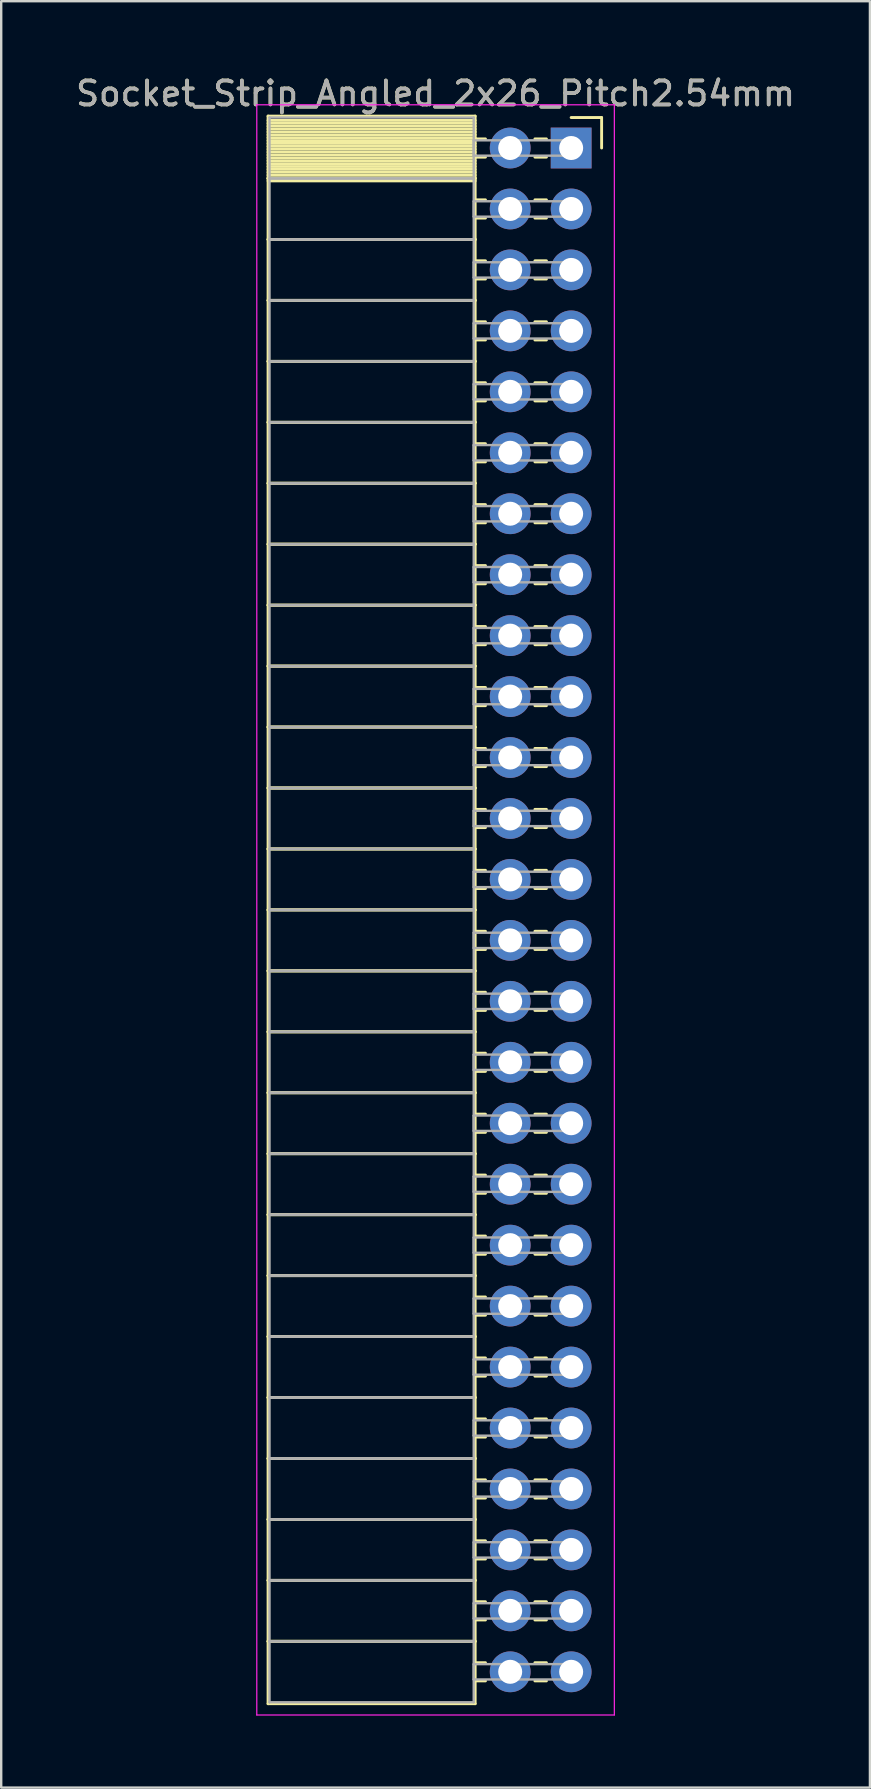
<source format=kicad_pcb>
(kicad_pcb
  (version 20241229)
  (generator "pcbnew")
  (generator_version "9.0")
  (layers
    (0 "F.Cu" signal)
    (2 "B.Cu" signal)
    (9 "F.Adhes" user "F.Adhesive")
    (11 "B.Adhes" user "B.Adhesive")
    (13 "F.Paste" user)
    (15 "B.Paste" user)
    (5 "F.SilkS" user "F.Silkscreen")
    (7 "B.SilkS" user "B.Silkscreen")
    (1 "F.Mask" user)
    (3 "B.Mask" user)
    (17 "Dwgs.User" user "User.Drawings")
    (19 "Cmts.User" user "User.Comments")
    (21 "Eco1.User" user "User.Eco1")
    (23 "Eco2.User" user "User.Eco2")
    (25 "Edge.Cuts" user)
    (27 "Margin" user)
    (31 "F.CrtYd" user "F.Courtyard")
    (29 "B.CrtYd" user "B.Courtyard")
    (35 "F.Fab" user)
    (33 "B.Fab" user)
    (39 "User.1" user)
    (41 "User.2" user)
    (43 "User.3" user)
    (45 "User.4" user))
  (footprint "Socket_Strip_Angled_2x26_Pitch2.54mm"
    (layer "F.Cu")
    (at 20.751 3.118)
    (property "Reference" "Socket_Strip_Angled_2x26_Pitch2.54mm" (at -5.65 -2.27 0) (layer "F.SilkS") (effects (font (size 1 1) (thickness 0.15))))
    (attr through_hole)
    (fp_line (start -12.63 -1.33) (end -4 -1.33) (stroke (width 0.12) (type solid)) (layer "F.SilkS"))
    (fp_line (start -12.63 1.27) (end -12.63 -1.33) (stroke (width 0.12) (type solid)) (layer "F.SilkS"))
    (fp_line (start -12.63 1.27) (end -4 1.27) (stroke (width 0.12) (type solid)) (layer "F.SilkS"))
    (fp_line (start -12.63 3.81) (end -12.63 1.27) (stroke (width 0.12) (type solid)) (layer "F.SilkS"))
    (fp_line (start -12.63 3.81) (end -4 3.81) (stroke (width 0.12) (type solid)) (layer "F.SilkS"))
    (fp_line (start -12.63 6.35) (end -12.63 3.81) (stroke (width 0.12) (type solid)) (layer "F.SilkS"))
    (fp_line (start -12.63 6.35) (end -4 6.35) (stroke (width 0.12) (type solid)) (layer "F.SilkS"))
    (fp_line (start -12.63 8.89) (end -12.63 6.35) (stroke (width 0.12) (type solid)) (layer "F.SilkS"))
    (fp_line (start -12.63 8.89) (end -4 8.89) (stroke (width 0.12) (type solid)) (layer "F.SilkS"))
    (fp_line (start -12.63 11.43) (end -12.63 8.89) (stroke (width 0.12) (type solid)) (layer "F.SilkS"))
    (fp_line (start -12.63 11.43) (end -4 11.43) (stroke (width 0.12) (type solid)) (layer "F.SilkS"))
    (fp_line (start -12.63 13.97) (end -12.63 11.43) (stroke (width 0.12) (type solid)) (layer "F.SilkS"))
    (fp_line (start -12.63 13.97) (end -4 13.97) (stroke (width 0.12) (type solid)) (layer "F.SilkS"))
    (fp_line (start -12.63 16.51) (end -12.63 13.97) (stroke (width 0.12) (type solid)) (layer "F.SilkS"))
    (fp_line (start -12.63 16.51) (end -4 16.51) (stroke (width 0.12) (type solid)) (layer "F.SilkS"))
    (fp_line (start -12.63 19.05) (end -12.63 16.51) (stroke (width 0.12) (type solid)) (layer "F.SilkS"))
    (fp_line (start -12.63 19.05) (end -4 19.05) (stroke (width 0.12) (type solid)) (layer "F.SilkS"))
    (fp_line (start -12.63 21.59) (end -12.63 19.05) (stroke (width 0.12) (type solid)) (layer "F.SilkS"))
    (fp_line (start -12.63 21.59) (end -4 21.59) (stroke (width 0.12) (type solid)) (layer "F.SilkS"))
    (fp_line (start -12.63 24.13) (end -12.63 21.59) (stroke (width 0.12) (type solid)) (layer "F.SilkS"))
    (fp_line (start -12.63 24.13) (end -4 24.13) (stroke (width 0.12) (type solid)) (layer "F.SilkS"))
    (fp_line (start -12.63 26.67) (end -12.63 24.13) (stroke (width 0.12) (type solid)) (layer "F.SilkS"))
    (fp_line (start -12.63 26.67) (end -4 26.67) (stroke (width 0.12) (type solid)) (layer "F.SilkS"))
    (fp_line (start -12.63 29.21) (end -12.63 26.67) (stroke (width 0.12) (type solid)) (layer "F.SilkS"))
    (fp_line (start -12.63 29.21) (end -4 29.21) (stroke (width 0.12) (type solid)) (layer "F.SilkS"))
    (fp_line (start -12.63 31.75) (end -12.63 29.21) (stroke (width 0.12) (type solid)) (layer "F.SilkS"))
    (fp_line (start -12.63 31.75) (end -4 31.75) (stroke (width 0.12) (type solid)) (layer "F.SilkS"))
    (fp_line (start -12.63 34.29) (end -12.63 31.75) (stroke (width 0.12) (type solid)) (layer "F.SilkS"))
    (fp_line (start -12.63 34.29) (end -4 34.29) (stroke (width 0.12) (type solid)) (layer "F.SilkS"))
    (fp_line (start -12.63 36.83) (end -12.63 34.29) (stroke (width 0.12) (type solid)) (layer "F.SilkS"))
    (fp_line (start -12.63 36.83) (end -4 36.83) (stroke (width 0.12) (type solid)) (layer "F.SilkS"))
    (fp_line (start -12.63 39.37) (end -12.63 36.83) (stroke (width 0.12) (type solid)) (layer "F.SilkS"))
    (fp_line (start -12.63 39.37) (end -4 39.37) (stroke (width 0.12) (type solid)) (layer "F.SilkS"))
    (fp_line (start -12.63 41.91) (end -12.63 39.37) (stroke (width 0.12) (type solid)) (layer "F.SilkS"))
    (fp_line (start -12.63 41.91) (end -4 41.91) (stroke (width 0.12) (type solid)) (layer "F.SilkS"))
    (fp_line (start -12.63 44.45) (end -12.63 41.91) (stroke (width 0.12) (type solid)) (layer "F.SilkS"))
    (fp_line (start -12.63 44.45) (end -4 44.45) (stroke (width 0.12) (type solid)) (layer "F.SilkS"))
    (fp_line (start -12.63 46.99) (end -12.63 44.45) (stroke (width 0.12) (type solid)) (layer "F.SilkS"))
    (fp_line (start -12.63 46.99) (end -4 46.99) (stroke (width 0.12) (type solid)) (layer "F.SilkS"))
    (fp_line (start -12.63 49.53) (end -12.63 46.99) (stroke (width 0.12) (type solid)) (layer "F.SilkS"))
    (fp_line (start -12.63 49.53) (end -4 49.53) (stroke (width 0.12) (type solid)) (layer "F.SilkS"))
    (fp_line (start -12.63 52.07) (end -12.63 49.53) (stroke (width 0.12) (type solid)) (layer "F.SilkS"))
    (fp_line (start -12.63 52.07) (end -4 52.07) (stroke (width 0.12) (type solid)) (layer "F.SilkS"))
    (fp_line (start -12.63 54.61) (end -12.63 52.07) (stroke (width 0.12) (type solid)) (layer "F.SilkS"))
    (fp_line (start -12.63 54.61) (end -4 54.61) (stroke (width 0.12) (type solid)) (layer "F.SilkS"))
    (fp_line (start -12.63 57.15) (end -12.63 54.61) (stroke (width 0.12) (type solid)) (layer "F.SilkS"))
    (fp_line (start -12.63 57.15) (end -4 57.15) (stroke (width 0.12) (type solid)) (layer "F.SilkS"))
    (fp_line (start -12.63 59.69) (end -12.63 57.15) (stroke (width 0.12) (type solid)) (layer "F.SilkS"))
    (fp_line (start -12.63 59.69) (end -4 59.69) (stroke (width 0.12) (type solid)) (layer "F.SilkS"))
    (fp_line (start -12.63 62.23) (end -12.63 59.69) (stroke (width 0.12) (type solid)) (layer "F.SilkS"))
    (fp_line (start -12.63 62.23) (end -4 62.23) (stroke (width 0.12) (type solid)) (layer "F.SilkS"))
    (fp_line (start -12.63 64.83) (end -12.63 62.23) (stroke (width 0.12) (type solid)) (layer "F.SilkS"))
    (fp_line (start -4 -1.33) (end -4 1.27) (stroke (width 0.12) (type solid)) (layer "F.SilkS"))
    (fp_line (start -4 -1.15) (end -12.63 -1.15) (stroke (width 0.12) (type solid)) (layer "F.SilkS"))
    (fp_line (start -4 -1.03) (end -12.63 -1.03) (stroke (width 0.12) (type solid)) (layer "F.SilkS"))
    (fp_line (start -4 -0.91) (end -12.63 -0.91) (stroke (width 0.12) (type solid)) (layer "F.SilkS"))
    (fp_line (start -4 -0.79) (end -12.63 -0.79) (stroke (width 0.12) (type solid)) (layer "F.SilkS"))
    (fp_line (start -4 -0.67) (end -12.63 -0.67) (stroke (width 0.12) (type solid)) (layer "F.SilkS"))
    (fp_line (start -4 -0.55) (end -12.63 -0.55) (stroke (width 0.12) (type solid)) (layer "F.SilkS"))
    (fp_line (start -4 -0.43) (end -12.63 -0.43) (stroke (width 0.12) (type solid)) (layer "F.SilkS"))
    (fp_line (start -4 -0.31) (end -12.63 -0.31) (stroke (width 0.12) (type solid)) (layer "F.SilkS"))
    (fp_line (start -4 -0.19) (end -12.63 -0.19) (stroke (width 0.12) (type solid)) (layer "F.SilkS"))
    (fp_line (start -4 -0.07) (end -12.63 -0.07) (stroke (width 0.12) (type solid)) (layer "F.SilkS"))
    (fp_line (start -4 0.05) (end -12.63 0.05) (stroke (width 0.12) (type solid)) (layer "F.SilkS"))
    (fp_line (start -4 0.17) (end -12.63 0.17) (stroke (width 0.12) (type solid)) (layer "F.SilkS"))
    (fp_line (start -4 0.29) (end -12.63 0.29) (stroke (width 0.12) (type solid)) (layer "F.SilkS"))
    (fp_line (start -4 0.41) (end -12.63 0.41) (stroke (width 0.12) (type solid)) (layer "F.SilkS"))
    (fp_line (start -4 0.53) (end -12.63 0.53) (stroke (width 0.12) (type solid)) (layer "F.SilkS"))
    (fp_line (start -4 0.65) (end -12.63 0.65) (stroke (width 0.12) (type solid)) (layer "F.SilkS"))
    (fp_line (start -4 0.77) (end -12.63 0.77) (stroke (width 0.12) (type solid)) (layer "F.SilkS"))
    (fp_line (start -4 0.89) (end -12.63 0.89) (stroke (width 0.12) (type solid)) (layer "F.SilkS"))
    (fp_line (start -4 1.01) (end -12.63 1.01) (stroke (width 0.12) (type solid)) (layer "F.SilkS"))
    (fp_line (start -4 1.13) (end -12.63 1.13) (stroke (width 0.12) (type solid)) (layer "F.SilkS"))
    (fp_line (start -4 1.25) (end -12.63 1.25) (stroke (width 0.12) (type solid)) (layer "F.SilkS"))
    (fp_line (start -4 1.27) (end -12.63 1.27) (stroke (width 0.12) (type solid)) (layer "F.SilkS"))
    (fp_line (start -4 1.27) (end -4 3.81) (stroke (width 0.12) (type solid)) (layer "F.SilkS"))
    (fp_line (start -4 1.37) (end -12.63 1.37) (stroke (width 0.12) (type solid)) (layer "F.SilkS"))
    (fp_line (start -4 3.81) (end -12.63 3.81) (stroke (width 0.12) (type solid)) (layer "F.SilkS"))
    (fp_line (start -4 3.81) (end -4 6.35) (stroke (width 0.12) (type solid)) (layer "F.SilkS"))
    (fp_line (start -4 6.35) (end -12.63 6.35) (stroke (width 0.12) (type solid)) (layer "F.SilkS"))
    (fp_line (start -4 6.35) (end -4 8.89) (stroke (width 0.12) (type solid)) (layer "F.SilkS"))
    (fp_line (start -4 8.89) (end -12.63 8.89) (stroke (width 0.12) (type solid)) (layer "F.SilkS"))
    (fp_line (start -4 8.89) (end -4 11.43) (stroke (width 0.12) (type solid)) (layer "F.SilkS"))
    (fp_line (start -4 11.43) (end -12.63 11.43) (stroke (width 0.12) (type solid)) (layer "F.SilkS"))
    (fp_line (start -4 11.43) (end -4 13.97) (stroke (width 0.12) (type solid)) (layer "F.SilkS"))
    (fp_line (start -4 13.97) (end -12.63 13.97) (stroke (width 0.12) (type solid)) (layer "F.SilkS"))
    (fp_line (start -4 13.97) (end -4 16.51) (stroke (width 0.12) (type solid)) (layer "F.SilkS"))
    (fp_line (start -4 16.51) (end -12.63 16.51) (stroke (width 0.12) (type solid)) (layer "F.SilkS"))
    (fp_line (start -4 16.51) (end -4 19.05) (stroke (width 0.12) (type solid)) (layer "F.SilkS"))
    (fp_line (start -4 19.05) (end -12.63 19.05) (stroke (width 0.12) (type solid)) (layer "F.SilkS"))
    (fp_line (start -4 19.05) (end -4 21.59) (stroke (width 0.12) (type solid)) (layer "F.SilkS"))
    (fp_line (start -4 21.59) (end -12.63 21.59) (stroke (width 0.12) (type solid)) (layer "F.SilkS"))
    (fp_line (start -4 21.59) (end -4 24.13) (stroke (width 0.12) (type solid)) (layer "F.SilkS"))
    (fp_line (start -4 24.13) (end -12.63 24.13) (stroke (width 0.12) (type solid)) (layer "F.SilkS"))
    (fp_line (start -4 24.13) (end -4 26.67) (stroke (width 0.12) (type solid)) (layer "F.SilkS"))
    (fp_line (start -4 26.67) (end -12.63 26.67) (stroke (width 0.12) (type solid)) (layer "F.SilkS"))
    (fp_line (start -4 26.67) (end -4 29.21) (stroke (width 0.12) (type solid)) (layer "F.SilkS"))
    (fp_line (start -4 29.21) (end -12.63 29.21) (stroke (width 0.12) (type solid)) (layer "F.SilkS"))
    (fp_line (start -4 29.21) (end -4 31.75) (stroke (width 0.12) (type solid)) (layer "F.SilkS"))
    (fp_line (start -4 31.75) (end -12.63 31.75) (stroke (width 0.12) (type solid)) (layer "F.SilkS"))
    (fp_line (start -4 31.75) (end -4 34.29) (stroke (width 0.12) (type solid)) (layer "F.SilkS"))
    (fp_line (start -4 34.29) (end -12.63 34.29) (stroke (width 0.12) (type solid)) (layer "F.SilkS"))
    (fp_line (start -4 34.29) (end -4 36.83) (stroke (width 0.12) (type solid)) (layer "F.SilkS"))
    (fp_line (start -4 36.83) (end -12.63 36.83) (stroke (width 0.12) (type solid)) (layer "F.SilkS"))
    (fp_line (start -4 36.83) (end -4 39.37) (stroke (width 0.12) (type solid)) (layer "F.SilkS"))
    (fp_line (start -4 39.37) (end -12.63 39.37) (stroke (width 0.12) (type solid)) (layer "F.SilkS"))
    (fp_line (start -4 39.37) (end -4 41.91) (stroke (width 0.12) (type solid)) (layer "F.SilkS"))
    (fp_line (start -4 41.91) (end -12.63 41.91) (stroke (width 0.12) (type solid)) (layer "F.SilkS"))
    (fp_line (start -4 41.91) (end -4 44.45) (stroke (width 0.12) (type solid)) (layer "F.SilkS"))
    (fp_line (start -4 44.45) (end -12.63 44.45) (stroke (width 0.12) (type solid)) (layer "F.SilkS"))
    (fp_line (start -4 44.45) (end -4 46.99) (stroke (width 0.12) (type solid)) (layer "F.SilkS"))
    (fp_line (start -4 46.99) (end -12.63 46.99) (stroke (width 0.12) (type solid)) (layer "F.SilkS"))
    (fp_line (start -4 46.99) (end -4 49.53) (stroke (width 0.12) (type solid)) (layer "F.SilkS"))
    (fp_line (start -4 49.53) (end -12.63 49.53) (stroke (width 0.12) (type solid)) (layer "F.SilkS"))
    (fp_line (start -4 49.53) (end -4 52.07) (stroke (width 0.12) (type solid)) (layer "F.SilkS"))
    (fp_line (start -4 52.07) (end -12.63 52.07) (stroke (width 0.12) (type solid)) (layer "F.SilkS"))
    (fp_line (start -4 52.07) (end -4 54.61) (stroke (width 0.12) (type solid)) (layer "F.SilkS"))
    (fp_line (start -4 54.61) (end -12.63 54.61) (stroke (width 0.12) (type solid)) (layer "F.SilkS"))
    (fp_line (start -4 54.61) (end -4 57.15) (stroke (width 0.12) (type solid)) (layer "F.SilkS"))
    (fp_line (start -4 57.15) (end -12.63 57.15) (stroke (width 0.12) (type solid)) (layer "F.SilkS"))
    (fp_line (start -4 57.15) (end -4 59.69) (stroke (width 0.12) (type solid)) (layer "F.SilkS"))
    (fp_line (start -4 59.69) (end -12.63 59.69) (stroke (width 0.12) (type solid)) (layer "F.SilkS"))
    (fp_line (start -4 59.69) (end -4 62.23) (stroke (width 0.12) (type solid)) (layer "F.SilkS"))
    (fp_line (start -4 62.23) (end -12.63 62.23) (stroke (width 0.12) (type solid)) (layer "F.SilkS"))
    (fp_line (start -4 62.23) (end -4 64.83) (stroke (width 0.12) (type solid)) (layer "F.SilkS"))
    (fp_line (start -4 64.83) (end -12.63 64.83) (stroke (width 0.12) (type solid)) (layer "F.SilkS"))
    (fp_line (start -3.57 -0.38) (end -4 -0.38) (stroke (width 0.12) (type solid)) (layer "F.SilkS"))
    (fp_line (start -3.57 0.38) (end -4 0.38) (stroke (width 0.12) (type solid)) (layer "F.SilkS"))
    (fp_line (start -3.57 2.16) (end -4 2.16) (stroke (width 0.12) (type solid)) (layer "F.SilkS"))
    (fp_line (start -3.57 2.92) (end -4 2.92) (stroke (width 0.12) (type solid)) (layer "F.SilkS"))
    (fp_line (start -3.57 4.7) (end -4 4.7) (stroke (width 0.12) (type solid)) (layer "F.SilkS"))
    (fp_line (start -3.57 5.46) (end -4 5.46) (stroke (width 0.12) (type solid)) (layer "F.SilkS"))
    (fp_line (start -3.57 7.24) (end -4 7.24) (stroke (width 0.12) (type solid)) (layer "F.SilkS"))
    (fp_line (start -3.57 8) (end -4 8) (stroke (width 0.12) (type solid)) (layer "F.SilkS"))
    (fp_line (start -3.57 9.78) (end -4 9.78) (stroke (width 0.12) (type solid)) (layer "F.SilkS"))
    (fp_line (start -3.57 10.54) (end -4 10.54) (stroke (width 0.12) (type solid)) (layer "F.SilkS"))
    (fp_line (start -3.57 12.32) (end -4 12.32) (stroke (width 0.12) (type solid)) (layer "F.SilkS"))
    (fp_line (start -3.57 13.08) (end -4 13.08) (stroke (width 0.12) (type solid)) (layer "F.SilkS"))
    (fp_line (start -3.57 14.86) (end -4 14.86) (stroke (width 0.12) (type solid)) (layer "F.SilkS"))
    (fp_line (start -3.57 15.62) (end -4 15.62) (stroke (width 0.12) (type solid)) (layer "F.SilkS"))
    (fp_line (start -3.57 17.4) (end -4 17.4) (stroke (width 0.12) (type solid)) (layer "F.SilkS"))
    (fp_line (start -3.57 18.16) (end -4 18.16) (stroke (width 0.12) (type solid)) (layer "F.SilkS"))
    (fp_line (start -3.57 19.94) (end -4 19.94) (stroke (width 0.12) (type solid)) (layer "F.SilkS"))
    (fp_line (start -3.57 20.7) (end -4 20.7) (stroke (width 0.12) (type solid)) (layer "F.SilkS"))
    (fp_line (start -3.57 22.48) (end -4 22.48) (stroke (width 0.12) (type solid)) (layer "F.SilkS"))
    (fp_line (start -3.57 23.24) (end -4 23.24) (stroke (width 0.12) (type solid)) (layer "F.SilkS"))
    (fp_line (start -3.57 25.02) (end -4 25.02) (stroke (width 0.12) (type solid)) (layer "F.SilkS"))
    (fp_line (start -3.57 25.78) (end -4 25.78) (stroke (width 0.12) (type solid)) (layer "F.SilkS"))
    (fp_line (start -3.57 27.56) (end -4 27.56) (stroke (width 0.12) (type solid)) (layer "F.SilkS"))
    (fp_line (start -3.57 28.32) (end -4 28.32) (stroke (width 0.12) (type solid)) (layer "F.SilkS"))
    (fp_line (start -3.57 30.1) (end -4 30.1) (stroke (width 0.12) (type solid)) (layer "F.SilkS"))
    (fp_line (start -3.57 30.86) (end -4 30.86) (stroke (width 0.12) (type solid)) (layer "F.SilkS"))
    (fp_line (start -3.57 32.64) (end -4 32.64) (stroke (width 0.12) (type solid)) (layer "F.SilkS"))
    (fp_line (start -3.57 33.4) (end -4 33.4) (stroke (width 0.12) (type solid)) (layer "F.SilkS"))
    (fp_line (start -3.57 35.18) (end -4 35.18) (stroke (width 0.12) (type solid)) (layer "F.SilkS"))
    (fp_line (start -3.57 35.94) (end -4 35.94) (stroke (width 0.12) (type solid)) (layer "F.SilkS"))
    (fp_line (start -3.57 37.72) (end -4 37.72) (stroke (width 0.12) (type solid)) (layer "F.SilkS"))
    (fp_line (start -3.57 38.48) (end -4 38.48) (stroke (width 0.12) (type solid)) (layer "F.SilkS"))
    (fp_line (start -3.57 40.26) (end -4 40.26) (stroke (width 0.12) (type solid)) (layer "F.SilkS"))
    (fp_line (start -3.57 41.02) (end -4 41.02) (stroke (width 0.12) (type solid)) (layer "F.SilkS"))
    (fp_line (start -3.57 42.8) (end -4 42.8) (stroke (width 0.12) (type solid)) (layer "F.SilkS"))
    (fp_line (start -3.57 43.56) (end -4 43.56) (stroke (width 0.12) (type solid)) (layer "F.SilkS"))
    (fp_line (start -3.57 45.34) (end -4 45.34) (stroke (width 0.12) (type solid)) (layer "F.SilkS"))
    (fp_line (start -3.57 46.1) (end -4 46.1) (stroke (width 0.12) (type solid)) (layer "F.SilkS"))
    (fp_line (start -3.57 47.88) (end -4 47.88) (stroke (width 0.12) (type solid)) (layer "F.SilkS"))
    (fp_line (start -3.57 48.64) (end -4 48.64) (stroke (width 0.12) (type solid)) (layer "F.SilkS"))
    (fp_line (start -3.57 50.42) (end -4 50.42) (stroke (width 0.12) (type solid)) (layer "F.SilkS"))
    (fp_line (start -3.57 51.18) (end -4 51.18) (stroke (width 0.12) (type solid)) (layer "F.SilkS"))
    (fp_line (start -3.57 52.96) (end -4 52.96) (stroke (width 0.12) (type solid)) (layer "F.SilkS"))
    (fp_line (start -3.57 53.72) (end -4 53.72) (stroke (width 0.12) (type solid)) (layer "F.SilkS"))
    (fp_line (start -3.57 55.5) (end -4 55.5) (stroke (width 0.12) (type solid)) (layer "F.SilkS"))
    (fp_line (start -3.57 56.26) (end -4 56.26) (stroke (width 0.12) (type solid)) (layer "F.SilkS"))
    (fp_line (start -3.57 58.04) (end -4 58.04) (stroke (width 0.12) (type solid)) (layer "F.SilkS"))
    (fp_line (start -3.57 58.8) (end -4 58.8) (stroke (width 0.12) (type solid)) (layer "F.SilkS"))
    (fp_line (start -3.57 60.58) (end -4 60.58) (stroke (width 0.12) (type solid)) (layer "F.SilkS"))
    (fp_line (start -3.57 61.34) (end -4 61.34) (stroke (width 0.12) (type solid)) (layer "F.SilkS"))
    (fp_line (start -3.57 63.12) (end -4 63.12) (stroke (width 0.12) (type solid)) (layer "F.SilkS"))
    (fp_line (start -3.57 63.88) (end -4 63.88) (stroke (width 0.12) (type solid)) (layer "F.SilkS"))
    (fp_line (start -1.03 -0.38) (end -1.51 -0.38) (stroke (width 0.12) (type solid)) (layer "F.SilkS"))
    (fp_line (start -1.03 0.38) (end -1.51 0.38) (stroke (width 0.12) (type solid)) (layer "F.SilkS"))
    (fp_line (start -1.03 2.16) (end -1.51 2.16) (stroke (width 0.12) (type solid)) (layer "F.SilkS"))
    (fp_line (start -1.03 2.92) (end -1.51 2.92) (stroke (width 0.12) (type solid)) (layer "F.SilkS"))
    (fp_line (start -1.03 4.7) (end -1.51 4.7) (stroke (width 0.12) (type solid)) (layer "F.SilkS"))
    (fp_line (start -1.03 5.46) (end -1.51 5.46) (stroke (width 0.12) (type solid)) (layer "F.SilkS"))
    (fp_line (start -1.03 7.24) (end -1.51 7.24) (stroke (width 0.12) (type solid)) (layer "F.SilkS"))
    (fp_line (start -1.03 8) (end -1.51 8) (stroke (width 0.12) (type solid)) (layer "F.SilkS"))
    (fp_line (start -1.03 9.78) (end -1.51 9.78) (stroke (width 0.12) (type solid)) (layer "F.SilkS"))
    (fp_line (start -1.03 10.54) (end -1.51 10.54) (stroke (width 0.12) (type solid)) (layer "F.SilkS"))
    (fp_line (start -1.03 12.32) (end -1.51 12.32) (stroke (width 0.12) (type solid)) (layer "F.SilkS"))
    (fp_line (start -1.03 13.08) (end -1.51 13.08) (stroke (width 0.12) (type solid)) (layer "F.SilkS"))
    (fp_line (start -1.03 14.86) (end -1.51 14.86) (stroke (width 0.12) (type solid)) (layer "F.SilkS"))
    (fp_line (start -1.03 15.62) (end -1.51 15.62) (stroke (width 0.12) (type solid)) (layer "F.SilkS"))
    (fp_line (start -1.03 17.4) (end -1.51 17.4) (stroke (width 0.12) (type solid)) (layer "F.SilkS"))
    (fp_line (start -1.03 18.16) (end -1.51 18.16) (stroke (width 0.12) (type solid)) (layer "F.SilkS"))
    (fp_line (start -1.03 19.94) (end -1.51 19.94) (stroke (width 0.12) (type solid)) (layer "F.SilkS"))
    (fp_line (start -1.03 20.7) (end -1.51 20.7) (stroke (width 0.12) (type solid)) (layer "F.SilkS"))
    (fp_line (start -1.03 22.48) (end -1.51 22.48) (stroke (width 0.12) (type solid)) (layer "F.SilkS"))
    (fp_line (start -1.03 23.24) (end -1.51 23.24) (stroke (width 0.12) (type solid)) (layer "F.SilkS"))
    (fp_line (start -1.03 25.02) (end -1.51 25.02) (stroke (width 0.12) (type solid)) (layer "F.SilkS"))
    (fp_line (start -1.03 25.78) (end -1.51 25.78) (stroke (width 0.12) (type solid)) (layer "F.SilkS"))
    (fp_line (start -1.03 27.56) (end -1.51 27.56) (stroke (width 0.12) (type solid)) (layer "F.SilkS"))
    (fp_line (start -1.03 28.32) (end -1.51 28.32) (stroke (width 0.12) (type solid)) (layer "F.SilkS"))
    (fp_line (start -1.03 30.1) (end -1.51 30.1) (stroke (width 0.12) (type solid)) (layer "F.SilkS"))
    (fp_line (start -1.03 30.86) (end -1.51 30.86) (stroke (width 0.12) (type solid)) (layer "F.SilkS"))
    (fp_line (start -1.03 32.64) (end -1.51 32.64) (stroke (width 0.12) (type solid)) (layer "F.SilkS"))
    (fp_line (start -1.03 33.4) (end -1.51 33.4) (stroke (width 0.12) (type solid)) (layer "F.SilkS"))
    (fp_line (start -1.03 35.18) (end -1.51 35.18) (stroke (width 0.12) (type solid)) (layer "F.SilkS"))
    (fp_line (start -1.03 35.94) (end -1.51 35.94) (stroke (width 0.12) (type solid)) (layer "F.SilkS"))
    (fp_line (start -1.03 37.72) (end -1.51 37.72) (stroke (width 0.12) (type solid)) (layer "F.SilkS"))
    (fp_line (start -1.03 38.48) (end -1.51 38.48) (stroke (width 0.12) (type solid)) (layer "F.SilkS"))
    (fp_line (start -1.03 40.26) (end -1.51 40.26) (stroke (width 0.12) (type solid)) (layer "F.SilkS"))
    (fp_line (start -1.03 41.02) (end -1.51 41.02) (stroke (width 0.12) (type solid)) (layer "F.SilkS"))
    (fp_line (start -1.03 42.8) (end -1.51 42.8) (stroke (width 0.12) (type solid)) (layer "F.SilkS"))
    (fp_line (start -1.03 43.56) (end -1.51 43.56) (stroke (width 0.12) (type solid)) (layer "F.SilkS"))
    (fp_line (start -1.03 45.34) (end -1.51 45.34) (stroke (width 0.12) (type solid)) (layer "F.SilkS"))
    (fp_line (start -1.03 46.1) (end -1.51 46.1) (stroke (width 0.12) (type solid)) (layer "F.SilkS"))
    (fp_line (start -1.03 47.88) (end -1.51 47.88) (stroke (width 0.12) (type solid)) (layer "F.SilkS"))
    (fp_line (start -1.03 48.64) (end -1.51 48.64) (stroke (width 0.12) (type solid)) (layer "F.SilkS"))
    (fp_line (start -1.03 50.42) (end -1.51 50.42) (stroke (width 0.12) (type solid)) (layer "F.SilkS"))
    (fp_line (start -1.03 51.18) (end -1.51 51.18) (stroke (width 0.12) (type solid)) (layer "F.SilkS"))
    (fp_line (start -1.03 52.96) (end -1.51 52.96) (stroke (width 0.12) (type solid)) (layer "F.SilkS"))
    (fp_line (start -1.03 53.72) (end -1.51 53.72) (stroke (width 0.12) (type solid)) (layer "F.SilkS"))
    (fp_line (start -1.03 55.5) (end -1.51 55.5) (stroke (width 0.12) (type solid)) (layer "F.SilkS"))
    (fp_line (start -1.03 56.26) (end -1.51 56.26) (stroke (width 0.12) (type solid)) (layer "F.SilkS"))
    (fp_line (start -1.03 58.04) (end -1.51 58.04) (stroke (width 0.12) (type solid)) (layer "F.SilkS"))
    (fp_line (start -1.03 58.8) (end -1.51 58.8) (stroke (width 0.12) (type solid)) (layer "F.SilkS"))
    (fp_line (start -1.03 60.58) (end -1.51 60.58) (stroke (width 0.12) (type solid)) (layer "F.SilkS"))
    (fp_line (start -1.03 61.34) (end -1.51 61.34) (stroke (width 0.12) (type solid)) (layer "F.SilkS"))
    (fp_line (start -1.03 63.12) (end -1.51 63.12) (stroke (width 0.12) (type solid)) (layer "F.SilkS"))
    (fp_line (start -1.03 63.88) (end -1.51 63.88) (stroke (width 0.12) (type solid)) (layer "F.SilkS"))
    (fp_line (start 0 -1.27) (end 1.27 -1.27) (stroke (width 0.12) (type solid)) (layer "F.SilkS"))
    (fp_line (start 1.27 -1.27) (end 1.27 0) (stroke (width 0.12) (type solid)) (layer "F.SilkS"))
    (fp_line (start -13.1 -1.8) (end 1.8 -1.8) (stroke (width 0.05) (type solid)) (layer "F.CrtYd"))
    (fp_line (start -13.1 65.3) (end -13.1 -1.8) (stroke (width 0.05) (type solid)) (layer "F.CrtYd"))
    (fp_line (start 1.8 -1.8) (end 1.8 65.3) (stroke (width 0.05) (type solid)) (layer "F.CrtYd"))
    (fp_line (start 1.8 65.3) (end -13.1 65.3) (stroke (width 0.05) (type solid)) (layer "F.CrtYd"))
    (fp_line (start -12.57 -1.27) (end -4.06 -1.27) (stroke (width 0.1) (type solid)) (layer "F.Fab"))
    (fp_line (start -12.57 1.27) (end -12.57 -1.27) (stroke (width 0.1) (type solid)) (layer "F.Fab"))
    (fp_line (start -12.57 1.27) (end -4.06 1.27) (stroke (width 0.1) (type solid)) (layer "F.Fab"))
    (fp_line (start -12.57 3.81) (end -12.57 1.27) (stroke (width 0.1) (type solid)) (layer "F.Fab"))
    (fp_line (start -12.57 3.81) (end -4.06 3.81) (stroke (width 0.1) (type solid)) (layer "F.Fab"))
    (fp_line (start -12.57 6.35) (end -12.57 3.81) (stroke (width 0.1) (type solid)) (layer "F.Fab"))
    (fp_line (start -12.57 6.35) (end -4.06 6.35) (stroke (width 0.1) (type solid)) (layer "F.Fab"))
    (fp_line (start -12.57 8.89) (end -12.57 6.35) (stroke (width 0.1) (type solid)) (layer "F.Fab"))
    (fp_line (start -12.57 8.89) (end -4.06 8.89) (stroke (width 0.1) (type solid)) (layer "F.Fab"))
    (fp_line (start -12.57 11.43) (end -12.57 8.89) (stroke (width 0.1) (type solid)) (layer "F.Fab"))
    (fp_line (start -12.57 11.43) (end -4.06 11.43) (stroke (width 0.1) (type solid)) (layer "F.Fab"))
    (fp_line (start -12.57 13.97) (end -12.57 11.43) (stroke (width 0.1) (type solid)) (layer "F.Fab"))
    (fp_line (start -12.57 13.97) (end -4.06 13.97) (stroke (width 0.1) (type solid)) (layer "F.Fab"))
    (fp_line (start -12.57 16.51) (end -12.57 13.97) (stroke (width 0.1) (type solid)) (layer "F.Fab"))
    (fp_line (start -12.57 16.51) (end -4.06 16.51) (stroke (width 0.1) (type solid)) (layer "F.Fab"))
    (fp_line (start -12.57 19.05) (end -12.57 16.51) (stroke (width 0.1) (type solid)) (layer "F.Fab"))
    (fp_line (start -12.57 19.05) (end -4.06 19.05) (stroke (width 0.1) (type solid)) (layer "F.Fab"))
    (fp_line (start -12.57 21.59) (end -12.57 19.05) (stroke (width 0.1) (type solid)) (layer "F.Fab"))
    (fp_line (start -12.57 21.59) (end -4.06 21.59) (stroke (width 0.1) (type solid)) (layer "F.Fab"))
    (fp_line (start -12.57 24.13) (end -12.57 21.59) (stroke (width 0.1) (type solid)) (layer "F.Fab"))
    (fp_line (start -12.57 24.13) (end -4.06 24.13) (stroke (width 0.1) (type solid)) (layer "F.Fab"))
    (fp_line (start -12.57 26.67) (end -12.57 24.13) (stroke (width 0.1) (type solid)) (layer "F.Fab"))
    (fp_line (start -12.57 26.67) (end -4.06 26.67) (stroke (width 0.1) (type solid)) (layer "F.Fab"))
    (fp_line (start -12.57 29.21) (end -12.57 26.67) (stroke (width 0.1) (type solid)) (layer "F.Fab"))
    (fp_line (start -12.57 29.21) (end -4.06 29.21) (stroke (width 0.1) (type solid)) (layer "F.Fab"))
    (fp_line (start -12.57 31.75) (end -12.57 29.21) (stroke (width 0.1) (type solid)) (layer "F.Fab"))
    (fp_line (start -12.57 31.75) (end -4.06 31.75) (stroke (width 0.1) (type solid)) (layer "F.Fab"))
    (fp_line (start -12.57 34.29) (end -12.57 31.75) (stroke (width 0.1) (type solid)) (layer "F.Fab"))
    (fp_line (start -12.57 34.29) (end -4.06 34.29) (stroke (width 0.1) (type solid)) (layer "F.Fab"))
    (fp_line (start -12.57 36.83) (end -12.57 34.29) (stroke (width 0.1) (type solid)) (layer "F.Fab"))
    (fp_line (start -12.57 36.83) (end -4.06 36.83) (stroke (width 0.1) (type solid)) (layer "F.Fab"))
    (fp_line (start -12.57 39.37) (end -12.57 36.83) (stroke (width 0.1) (type solid)) (layer "F.Fab"))
    (fp_line (start -12.57 39.37) (end -4.06 39.37) (stroke (width 0.1) (type solid)) (layer "F.Fab"))
    (fp_line (start -12.57 41.91) (end -12.57 39.37) (stroke (width 0.1) (type solid)) (layer "F.Fab"))
    (fp_line (start -12.57 41.91) (end -4.06 41.91) (stroke (width 0.1) (type solid)) (layer "F.Fab"))
    (fp_line (start -12.57 44.45) (end -12.57 41.91) (stroke (width 0.1) (type solid)) (layer "F.Fab"))
    (fp_line (start -12.57 44.45) (end -4.06 44.45) (stroke (width 0.1) (type solid)) (layer "F.Fab"))
    (fp_line (start -12.57 46.99) (end -12.57 44.45) (stroke (width 0.1) (type solid)) (layer "F.Fab"))
    (fp_line (start -12.57 46.99) (end -4.06 46.99) (stroke (width 0.1) (type solid)) (layer "F.Fab"))
    (fp_line (start -12.57 49.53) (end -12.57 46.99) (stroke (width 0.1) (type solid)) (layer "F.Fab"))
    (fp_line (start -12.57 49.53) (end -4.06 49.53) (stroke (width 0.1) (type solid)) (layer "F.Fab"))
    (fp_line (start -12.57 52.07) (end -12.57 49.53) (stroke (width 0.1) (type solid)) (layer "F.Fab"))
    (fp_line (start -12.57 52.07) (end -4.06 52.07) (stroke (width 0.1) (type solid)) (layer "F.Fab"))
    (fp_line (start -12.57 54.61) (end -12.57 52.07) (stroke (width 0.1) (type solid)) (layer "F.Fab"))
    (fp_line (start -12.57 54.61) (end -4.06 54.61) (stroke (width 0.1) (type solid)) (layer "F.Fab"))
    (fp_line (start -12.57 57.15) (end -12.57 54.61) (stroke (width 0.1) (type solid)) (layer "F.Fab"))
    (fp_line (start -12.57 57.15) (end -4.06 57.15) (stroke (width 0.1) (type solid)) (layer "F.Fab"))
    (fp_line (start -12.57 59.69) (end -12.57 57.15) (stroke (width 0.1) (type solid)) (layer "F.Fab"))
    (fp_line (start -12.57 59.69) (end -4.06 59.69) (stroke (width 0.1) (type solid)) (layer "F.Fab"))
    (fp_line (start -12.57 62.23) (end -12.57 59.69) (stroke (width 0.1) (type solid)) (layer "F.Fab"))
    (fp_line (start -12.57 62.23) (end -4.06 62.23) (stroke (width 0.1) (type solid)) (layer "F.Fab"))
    (fp_line (start -12.57 64.77) (end -12.57 62.23) (stroke (width 0.1) (type solid)) (layer "F.Fab"))
    (fp_line (start -4.06 -1.27) (end -4.06 1.27) (stroke (width 0.1) (type solid)) (layer "F.Fab"))
    (fp_line (start -4.06 -0.32) (end 0 -0.32) (stroke (width 0.1) (type solid)) (layer "F.Fab"))
    (fp_line (start -4.06 0.32) (end -4.06 -0.32) (stroke (width 0.1) (type solid)) (layer "F.Fab"))
    (fp_line (start -4.06 1.27) (end -12.57 1.27) (stroke (width 0.1) (type solid)) (layer "F.Fab"))
    (fp_line (start -4.06 1.27) (end -4.06 3.81) (stroke (width 0.1) (type solid)) (layer "F.Fab"))
    (fp_line (start -4.06 2.22) (end 0 2.22) (stroke (width 0.1) (type solid)) (layer "F.Fab"))
    (fp_line (start -4.06 2.86) (end -4.06 2.22) (stroke (width 0.1) (type solid)) (layer "F.Fab"))
    (fp_line (start -4.06 3.81) (end -12.57 3.81) (stroke (width 0.1) (type solid)) (layer "F.Fab"))
    (fp_line (start -4.06 3.81) (end -4.06 6.35) (stroke (width 0.1) (type solid)) (layer "F.Fab"))
    (fp_line (start -4.06 4.76) (end 0 4.76) (stroke (width 0.1) (type solid)) (layer "F.Fab"))
    (fp_line (start -4.06 5.4) (end -4.06 4.76) (stroke (width 0.1) (type solid)) (layer "F.Fab"))
    (fp_line (start -4.06 6.35) (end -12.57 6.35) (stroke (width 0.1) (type solid)) (layer "F.Fab"))
    (fp_line (start -4.06 6.35) (end -4.06 8.89) (stroke (width 0.1) (type solid)) (layer "F.Fab"))
    (fp_line (start -4.06 7.3) (end 0 7.3) (stroke (width 0.1) (type solid)) (layer "F.Fab"))
    (fp_line (start -4.06 7.94) (end -4.06 7.3) (stroke (width 0.1) (type solid)) (layer "F.Fab"))
    (fp_line (start -4.06 8.89) (end -12.57 8.89) (stroke (width 0.1) (type solid)) (layer "F.Fab"))
    (fp_line (start -4.06 8.89) (end -4.06 11.43) (stroke (width 0.1) (type solid)) (layer "F.Fab"))
    (fp_line (start -4.06 9.84) (end 0 9.84) (stroke (width 0.1) (type solid)) (layer "F.Fab"))
    (fp_line (start -4.06 10.48) (end -4.06 9.84) (stroke (width 0.1) (type solid)) (layer "F.Fab"))
    (fp_line (start -4.06 11.43) (end -12.57 11.43) (stroke (width 0.1) (type solid)) (layer "F.Fab"))
    (fp_line (start -4.06 11.43) (end -4.06 13.97) (stroke (width 0.1) (type solid)) (layer "F.Fab"))
    (fp_line (start -4.06 12.38) (end 0 12.38) (stroke (width 0.1) (type solid)) (layer "F.Fab"))
    (fp_line (start -4.06 13.02) (end -4.06 12.38) (stroke (width 0.1) (type solid)) (layer "F.Fab"))
    (fp_line (start -4.06 13.97) (end -12.57 13.97) (stroke (width 0.1) (type solid)) (layer "F.Fab"))
    (fp_line (start -4.06 13.97) (end -4.06 16.51) (stroke (width 0.1) (type solid)) (layer "F.Fab"))
    (fp_line (start -4.06 14.92) (end 0 14.92) (stroke (width 0.1) (type solid)) (layer "F.Fab"))
    (fp_line (start -4.06 15.56) (end -4.06 14.92) (stroke (width 0.1) (type solid)) (layer "F.Fab"))
    (fp_line (start -4.06 16.51) (end -12.57 16.51) (stroke (width 0.1) (type solid)) (layer "F.Fab"))
    (fp_line (start -4.06 16.51) (end -4.06 19.05) (stroke (width 0.1) (type solid)) (layer "F.Fab"))
    (fp_line (start -4.06 17.46) (end 0 17.46) (stroke (width 0.1) (type solid)) (layer "F.Fab"))
    (fp_line (start -4.06 18.1) (end -4.06 17.46) (stroke (width 0.1) (type solid)) (layer "F.Fab"))
    (fp_line (start -4.06 19.05) (end -12.57 19.05) (stroke (width 0.1) (type solid)) (layer "F.Fab"))
    (fp_line (start -4.06 19.05) (end -4.06 21.59) (stroke (width 0.1) (type solid)) (layer "F.Fab"))
    (fp_line (start -4.06 20) (end 0 20) (stroke (width 0.1) (type solid)) (layer "F.Fab"))
    (fp_line (start -4.06 20.64) (end -4.06 20) (stroke (width 0.1) (type solid)) (layer "F.Fab"))
    (fp_line (start -4.06 21.59) (end -12.57 21.59) (stroke (width 0.1) (type solid)) (layer "F.Fab"))
    (fp_line (start -4.06 21.59) (end -4.06 24.13) (stroke (width 0.1) (type solid)) (layer "F.Fab"))
    (fp_line (start -4.06 22.54) (end 0 22.54) (stroke (width 0.1) (type solid)) (layer "F.Fab"))
    (fp_line (start -4.06 23.18) (end -4.06 22.54) (stroke (width 0.1) (type solid)) (layer "F.Fab"))
    (fp_line (start -4.06 24.13) (end -12.57 24.13) (stroke (width 0.1) (type solid)) (layer "F.Fab"))
    (fp_line (start -4.06 24.13) (end -4.06 26.67) (stroke (width 0.1) (type solid)) (layer "F.Fab"))
    (fp_line (start -4.06 25.08) (end 0 25.08) (stroke (width 0.1) (type solid)) (layer "F.Fab"))
    (fp_line (start -4.06 25.72) (end -4.06 25.08) (stroke (width 0.1) (type solid)) (layer "F.Fab"))
    (fp_line (start -4.06 26.67) (end -12.57 26.67) (stroke (width 0.1) (type solid)) (layer "F.Fab"))
    (fp_line (start -4.06 26.67) (end -4.06 29.21) (stroke (width 0.1) (type solid)) (layer "F.Fab"))
    (fp_line (start -4.06 27.62) (end 0 27.62) (stroke (width 0.1) (type solid)) (layer "F.Fab"))
    (fp_line (start -4.06 28.26) (end -4.06 27.62) (stroke (width 0.1) (type solid)) (layer "F.Fab"))
    (fp_line (start -4.06 29.21) (end -12.57 29.21) (stroke (width 0.1) (type solid)) (layer "F.Fab"))
    (fp_line (start -4.06 29.21) (end -4.06 31.75) (stroke (width 0.1) (type solid)) (layer "F.Fab"))
    (fp_line (start -4.06 30.16) (end 0 30.16) (stroke (width 0.1) (type solid)) (layer "F.Fab"))
    (fp_line (start -4.06 30.8) (end -4.06 30.16) (stroke (width 0.1) (type solid)) (layer "F.Fab"))
    (fp_line (start -4.06 31.75) (end -12.57 31.75) (stroke (width 0.1) (type solid)) (layer "F.Fab"))
    (fp_line (start -4.06 31.75) (end -4.06 34.29) (stroke (width 0.1) (type solid)) (layer "F.Fab"))
    (fp_line (start -4.06 32.7) (end 0 32.7) (stroke (width 0.1) (type solid)) (layer "F.Fab"))
    (fp_line (start -4.06 33.34) (end -4.06 32.7) (stroke (width 0.1) (type solid)) (layer "F.Fab"))
    (fp_line (start -4.06 34.29) (end -12.57 34.29) (stroke (width 0.1) (type solid)) (layer "F.Fab"))
    (fp_line (start -4.06 34.29) (end -4.06 36.83) (stroke (width 0.1) (type solid)) (layer "F.Fab"))
    (fp_line (start -4.06 35.24) (end 0 35.24) (stroke (width 0.1) (type solid)) (layer "F.Fab"))
    (fp_line (start -4.06 35.88) (end -4.06 35.24) (stroke (width 0.1) (type solid)) (layer "F.Fab"))
    (fp_line (start -4.06 36.83) (end -12.57 36.83) (stroke (width 0.1) (type solid)) (layer "F.Fab"))
    (fp_line (start -4.06 36.83) (end -4.06 39.37) (stroke (width 0.1) (type solid)) (layer "F.Fab"))
    (fp_line (start -4.06 37.78) (end 0 37.78) (stroke (width 0.1) (type solid)) (layer "F.Fab"))
    (fp_line (start -4.06 38.42) (end -4.06 37.78) (stroke (width 0.1) (type solid)) (layer "F.Fab"))
    (fp_line (start -4.06 39.37) (end -12.57 39.37) (stroke (width 0.1) (type solid)) (layer "F.Fab"))
    (fp_line (start -4.06 39.37) (end -4.06 41.91) (stroke (width 0.1) (type solid)) (layer "F.Fab"))
    (fp_line (start -4.06 40.32) (end 0 40.32) (stroke (width 0.1) (type solid)) (layer "F.Fab"))
    (fp_line (start -4.06 40.96) (end -4.06 40.32) (stroke (width 0.1) (type solid)) (layer "F.Fab"))
    (fp_line (start -4.06 41.91) (end -12.57 41.91) (stroke (width 0.1) (type solid)) (layer "F.Fab"))
    (fp_line (start -4.06 41.91) (end -4.06 44.45) (stroke (width 0.1) (type solid)) (layer "F.Fab"))
    (fp_line (start -4.06 42.86) (end 0 42.86) (stroke (width 0.1) (type solid)) (layer "F.Fab"))
    (fp_line (start -4.06 43.5) (end -4.06 42.86) (stroke (width 0.1) (type solid)) (layer "F.Fab"))
    (fp_line (start -4.06 44.45) (end -12.57 44.45) (stroke (width 0.1) (type solid)) (layer "F.Fab"))
    (fp_line (start -4.06 44.45) (end -4.06 46.99) (stroke (width 0.1) (type solid)) (layer "F.Fab"))
    (fp_line (start -4.06 45.4) (end 0 45.4) (stroke (width 0.1) (type solid)) (layer "F.Fab"))
    (fp_line (start -4.06 46.04) (end -4.06 45.4) (stroke (width 0.1) (type solid)) (layer "F.Fab"))
    (fp_line (start -4.06 46.99) (end -12.57 46.99) (stroke (width 0.1) (type solid)) (layer "F.Fab"))
    (fp_line (start -4.06 46.99) (end -4.06 49.53) (stroke (width 0.1) (type solid)) (layer "F.Fab"))
    (fp_line (start -4.06 47.94) (end 0 47.94) (stroke (width 0.1) (type solid)) (layer "F.Fab"))
    (fp_line (start -4.06 48.58) (end -4.06 47.94) (stroke (width 0.1) (type solid)) (layer "F.Fab"))
    (fp_line (start -4.06 49.53) (end -12.57 49.53) (stroke (width 0.1) (type solid)) (layer "F.Fab"))
    (fp_line (start -4.06 49.53) (end -4.06 52.07) (stroke (width 0.1) (type solid)) (layer "F.Fab"))
    (fp_line (start -4.06 50.48) (end 0 50.48) (stroke (width 0.1) (type solid)) (layer "F.Fab"))
    (fp_line (start -4.06 51.12) (end -4.06 50.48) (stroke (width 0.1) (type solid)) (layer "F.Fab"))
    (fp_line (start -4.06 52.07) (end -12.57 52.07) (stroke (width 0.1) (type solid)) (layer "F.Fab"))
    (fp_line (start -4.06 52.07) (end -4.06 54.61) (stroke (width 0.1) (type solid)) (layer "F.Fab"))
    (fp_line (start -4.06 53.02) (end 0 53.02) (stroke (width 0.1) (type solid)) (layer "F.Fab"))
    (fp_line (start -4.06 53.66) (end -4.06 53.02) (stroke (width 0.1) (type solid)) (layer "F.Fab"))
    (fp_line (start -4.06 54.61) (end -12.57 54.61) (stroke (width 0.1) (type solid)) (layer "F.Fab"))
    (fp_line (start -4.06 54.61) (end -4.06 57.15) (stroke (width 0.1) (type solid)) (layer "F.Fab"))
    (fp_line (start -4.06 55.56) (end 0 55.56) (stroke (width 0.1) (type solid)) (layer "F.Fab"))
    (fp_line (start -4.06 56.2) (end -4.06 55.56) (stroke (width 0.1) (type solid)) (layer "F.Fab"))
    (fp_line (start -4.06 57.15) (end -12.57 57.15) (stroke (width 0.1) (type solid)) (layer "F.Fab"))
    (fp_line (start -4.06 57.15) (end -4.06 59.69) (stroke (width 0.1) (type solid)) (layer "F.Fab"))
    (fp_line (start -4.06 58.1) (end 0 58.1) (stroke (width 0.1) (type solid)) (layer "F.Fab"))
    (fp_line (start -4.06 58.74) (end -4.06 58.1) (stroke (width 0.1) (type solid)) (layer "F.Fab"))
    (fp_line (start -4.06 59.69) (end -12.57 59.69) (stroke (width 0.1) (type solid)) (layer "F.Fab"))
    (fp_line (start -4.06 59.69) (end -4.06 62.23) (stroke (width 0.1) (type solid)) (layer "F.Fab"))
    (fp_line (start -4.06 60.64) (end 0 60.64) (stroke (width 0.1) (type solid)) (layer "F.Fab"))
    (fp_line (start -4.06 61.28) (end -4.06 60.64) (stroke (width 0.1) (type solid)) (layer "F.Fab"))
    (fp_line (start -4.06 62.23) (end -12.57 62.23) (stroke (width 0.1) (type solid)) (layer "F.Fab"))
    (fp_line (start -4.06 62.23) (end -4.06 64.77) (stroke (width 0.1) (type solid)) (layer "F.Fab"))
    (fp_line (start -4.06 63.18) (end 0 63.18) (stroke (width 0.1) (type solid)) (layer "F.Fab"))
    (fp_line (start -4.06 63.82) (end -4.06 63.18) (stroke (width 0.1) (type solid)) (layer "F.Fab"))
    (fp_line (start -4.06 64.77) (end -12.57 64.77) (stroke (width 0.1) (type solid)) (layer "F.Fab"))
    (fp_line (start 0 -0.32) (end 0 0.32) (stroke (width 0.1) (type solid)) (layer "F.Fab"))
    (fp_line (start 0 0.32) (end -4.06 0.32) (stroke (width 0.1) (type solid)) (layer "F.Fab"))
    (fp_line (start 0 2.22) (end 0 2.86) (stroke (width 0.1) (type solid)) (layer "F.Fab"))
    (fp_line (start 0 2.86) (end -4.06 2.86) (stroke (width 0.1) (type solid)) (layer "F.Fab"))
    (fp_line (start 0 4.76) (end 0 5.4) (stroke (width 0.1) (type solid)) (layer "F.Fab"))
    (fp_line (start 0 5.4) (end -4.06 5.4) (stroke (width 0.1) (type solid)) (layer "F.Fab"))
    (fp_line (start 0 7.3) (end 0 7.94) (stroke (width 0.1) (type solid)) (layer "F.Fab"))
    (fp_line (start 0 7.94) (end -4.06 7.94) (stroke (width 0.1) (type solid)) (layer "F.Fab"))
    (fp_line (start 0 9.84) (end 0 10.48) (stroke (width 0.1) (type solid)) (layer "F.Fab"))
    (fp_line (start 0 10.48) (end -4.06 10.48) (stroke (width 0.1) (type solid)) (layer "F.Fab"))
    (fp_line (start 0 12.38) (end 0 13.02) (stroke (width 0.1) (type solid)) (layer "F.Fab"))
    (fp_line (start 0 13.02) (end -4.06 13.02) (stroke (width 0.1) (type solid)) (layer "F.Fab"))
    (fp_line (start 0 14.92) (end 0 15.56) (stroke (width 0.1) (type solid)) (layer "F.Fab"))
    (fp_line (start 0 15.56) (end -4.06 15.56) (stroke (width 0.1) (type solid)) (layer "F.Fab"))
    (fp_line (start 0 17.46) (end 0 18.1) (stroke (width 0.1) (type solid)) (layer "F.Fab"))
    (fp_line (start 0 18.1) (end -4.06 18.1) (stroke (width 0.1) (type solid)) (layer "F.Fab"))
    (fp_line (start 0 20) (end 0 20.64) (stroke (width 0.1) (type solid)) (layer "F.Fab"))
    (fp_line (start 0 20.64) (end -4.06 20.64) (stroke (width 0.1) (type solid)) (layer "F.Fab"))
    (fp_line (start 0 22.54) (end 0 23.18) (stroke (width 0.1) (type solid)) (layer "F.Fab"))
    (fp_line (start 0 23.18) (end -4.06 23.18) (stroke (width 0.1) (type solid)) (layer "F.Fab"))
    (fp_line (start 0 25.08) (end 0 25.72) (stroke (width 0.1) (type solid)) (layer "F.Fab"))
    (fp_line (start 0 25.72) (end -4.06 25.72) (stroke (width 0.1) (type solid)) (layer "F.Fab"))
    (fp_line (start 0 27.62) (end 0 28.26) (stroke (width 0.1) (type solid)) (layer "F.Fab"))
    (fp_line (start 0 28.26) (end -4.06 28.26) (stroke (width 0.1) (type solid)) (layer "F.Fab"))
    (fp_line (start 0 30.16) (end 0 30.8) (stroke (width 0.1) (type solid)) (layer "F.Fab"))
    (fp_line (start 0 30.8) (end -4.06 30.8) (stroke (width 0.1) (type solid)) (layer "F.Fab"))
    (fp_line (start 0 32.7) (end 0 33.34) (stroke (width 0.1) (type solid)) (layer "F.Fab"))
    (fp_line (start 0 33.34) (end -4.06 33.34) (stroke (width 0.1) (type solid)) (layer "F.Fab"))
    (fp_line (start 0 35.24) (end 0 35.88) (stroke (width 0.1) (type solid)) (layer "F.Fab"))
    (fp_line (start 0 35.88) (end -4.06 35.88) (stroke (width 0.1) (type solid)) (layer "F.Fab"))
    (fp_line (start 0 37.78) (end 0 38.42) (stroke (width 0.1) (type solid)) (layer "F.Fab"))
    (fp_line (start 0 38.42) (end -4.06 38.42) (stroke (width 0.1) (type solid)) (layer "F.Fab"))
    (fp_line (start 0 40.32) (end 0 40.96) (stroke (width 0.1) (type solid)) (layer "F.Fab"))
    (fp_line (start 0 40.96) (end -4.06 40.96) (stroke (width 0.1) (type solid)) (layer "F.Fab"))
    (fp_line (start 0 42.86) (end 0 43.5) (stroke (width 0.1) (type solid)) (layer "F.Fab"))
    (fp_line (start 0 43.5) (end -4.06 43.5) (stroke (width 0.1) (type solid)) (layer "F.Fab"))
    (fp_line (start 0 45.4) (end 0 46.04) (stroke (width 0.1) (type solid)) (layer "F.Fab"))
    (fp_line (start 0 46.04) (end -4.06 46.04) (stroke (width 0.1) (type solid)) (layer "F.Fab"))
    (fp_line (start 0 47.94) (end 0 48.58) (stroke (width 0.1) (type solid)) (layer "F.Fab"))
    (fp_line (start 0 48.58) (end -4.06 48.58) (stroke (width 0.1) (type solid)) (layer "F.Fab"))
    (fp_line (start 0 50.48) (end 0 51.12) (stroke (width 0.1) (type solid)) (layer "F.Fab"))
    (fp_line (start 0 51.12) (end -4.06 51.12) (stroke (width 0.1) (type solid)) (layer "F.Fab"))
    (fp_line (start 0 53.02) (end 0 53.66) (stroke (width 0.1) (type solid)) (layer "F.Fab"))
    (fp_line (start 0 53.66) (end -4.06 53.66) (stroke (width 0.1) (type solid)) (layer "F.Fab"))
    (fp_line (start 0 55.56) (end 0 56.2) (stroke (width 0.1) (type solid)) (layer "F.Fab"))
    (fp_line (start 0 56.2) (end -4.06 56.2) (stroke (width 0.1) (type solid)) (layer "F.Fab"))
    (fp_line (start 0 58.1) (end 0 58.74) (stroke (width 0.1) (type solid)) (layer "F.Fab"))
    (fp_line (start 0 58.74) (end -4.06 58.74) (stroke (width 0.1) (type solid)) (layer "F.Fab"))
    (fp_line (start 0 60.64) (end 0 61.28) (stroke (width 0.1) (type solid)) (layer "F.Fab"))
    (fp_line (start 0 61.28) (end -4.06 61.28) (stroke (width 0.1) (type solid)) (layer "F.Fab"))
    (fp_line (start 0 63.18) (end 0 63.82) (stroke (width 0.1) (type solid)) (layer "F.Fab"))
    (fp_line (start 0 63.82) (end -4.06 63.82) (stroke (width 0.1) (type solid)) (layer "F.Fab"))
    (fp_text user "${REFERENCE}" (at -5.65 -2.27 0) (layer "F.Fab") (effects (font (size 1 1) (thickness 0.15))))
    (pad "1" thru_hole rect (at 0 0) (size 1.7 1.7) (drill 1) (layers "*.Cu" "*.Mask"))
    (pad "2" thru_hole oval (at -2.54 0) (size 1.7 1.7) (drill 1) (layers "*.Cu" "*.Mask"))
    (pad "3" thru_hole oval (at 0 2.54) (size 1.7 1.7) (drill 1) (layers "*.Cu" "*.Mask"))
    (pad "4" thru_hole oval (at -2.54 2.54) (size 1.7 1.7) (drill 1) (layers "*.Cu" "*.Mask"))
    (pad "5" thru_hole oval (at 0 5.08) (size 1.7 1.7) (drill 1) (layers "*.Cu" "*.Mask"))
    (pad "6" thru_hole oval (at -2.54 5.08) (size 1.7 1.7) (drill 1) (layers "*.Cu" "*.Mask"))
    (pad "7" thru_hole oval (at 0 7.62) (size 1.7 1.7) (drill 1) (layers "*.Cu" "*.Mask"))
    (pad "8" thru_hole oval (at -2.54 7.62) (size 1.7 1.7) (drill 1) (layers "*.Cu" "*.Mask"))
    (pad "9" thru_hole oval (at 0 10.16) (size 1.7 1.7) (drill 1) (layers "*.Cu" "*.Mask"))
    (pad "10" thru_hole oval (at -2.54 10.16) (size 1.7 1.7) (drill 1) (layers "*.Cu" "*.Mask"))
    (pad "11" thru_hole oval (at 0 12.7) (size 1.7 1.7) (drill 1) (layers "*.Cu" "*.Mask"))
    (pad "12" thru_hole oval (at -2.54 12.7) (size 1.7 1.7) (drill 1) (layers "*.Cu" "*.Mask"))
    (pad "13" thru_hole oval (at 0 15.24) (size 1.7 1.7) (drill 1) (layers "*.Cu" "*.Mask"))
    (pad "14" thru_hole oval (at -2.54 15.24) (size 1.7 1.7) (drill 1) (layers "*.Cu" "*.Mask"))
    (pad "15" thru_hole oval (at 0 17.78) (size 1.7 1.7) (drill 1) (layers "*.Cu" "*.Mask"))
    (pad "16" thru_hole oval (at -2.54 17.78) (size 1.7 1.7) (drill 1) (layers "*.Cu" "*.Mask"))
    (pad "17" thru_hole oval (at 0 20.32) (size 1.7 1.7) (drill 1) (layers "*.Cu" "*.Mask"))
    (pad "18" thru_hole oval (at -2.54 20.32) (size 1.7 1.7) (drill 1) (layers "*.Cu" "*.Mask"))
    (pad "19" thru_hole oval (at 0 22.86) (size 1.7 1.7) (drill 1) (layers "*.Cu" "*.Mask"))
    (pad "20" thru_hole oval (at -2.54 22.86) (size 1.7 1.7) (drill 1) (layers "*.Cu" "*.Mask"))
    (pad "21" thru_hole oval (at 0 25.4) (size 1.7 1.7) (drill 1) (layers "*.Cu" "*.Mask"))
    (pad "22" thru_hole oval (at -2.54 25.4) (size 1.7 1.7) (drill 1) (layers "*.Cu" "*.Mask"))
    (pad "23" thru_hole oval (at 0 27.94) (size 1.7 1.7) (drill 1) (layers "*.Cu" "*.Mask"))
    (pad "24" thru_hole oval (at -2.54 27.94) (size 1.7 1.7) (drill 1) (layers "*.Cu" "*.Mask"))
    (pad "25" thru_hole oval (at 0 30.48) (size 1.7 1.7) (drill 1) (layers "*.Cu" "*.Mask"))
    (pad "26" thru_hole oval (at -2.54 30.48) (size 1.7 1.7) (drill 1) (layers "*.Cu" "*.Mask"))
    (pad "27" thru_hole oval (at 0 33.02) (size 1.7 1.7) (drill 1) (layers "*.Cu" "*.Mask"))
    (pad "28" thru_hole oval (at -2.54 33.02) (size 1.7 1.7) (drill 1) (layers "*.Cu" "*.Mask"))
    (pad "29" thru_hole oval (at 0 35.56) (size 1.7 1.7) (drill 1) (layers "*.Cu" "*.Mask"))
    (pad "30" thru_hole oval (at -2.54 35.56) (size 1.7 1.7) (drill 1) (layers "*.Cu" "*.Mask"))
    (pad "31" thru_hole oval (at 0 38.1) (size 1.7 1.7) (drill 1) (layers "*.Cu" "*.Mask"))
    (pad "32" thru_hole oval (at -2.54 38.1) (size 1.7 1.7) (drill 1) (layers "*.Cu" "*.Mask"))
    (pad "33" thru_hole oval (at 0 40.64) (size 1.7 1.7) (drill 1) (layers "*.Cu" "*.Mask"))
    (pad "34" thru_hole oval (at -2.54 40.64) (size 1.7 1.7) (drill 1) (layers "*.Cu" "*.Mask"))
    (pad "35" thru_hole oval (at 0 43.18) (size 1.7 1.7) (drill 1) (layers "*.Cu" "*.Mask"))
    (pad "36" thru_hole oval (at -2.54 43.18) (size 1.7 1.7) (drill 1) (layers "*.Cu" "*.Mask"))
    (pad "37" thru_hole oval (at 0 45.72) (size 1.7 1.7) (drill 1) (layers "*.Cu" "*.Mask"))
    (pad "38" thru_hole oval (at -2.54 45.72) (size 1.7 1.7) (drill 1) (layers "*.Cu" "*.Mask"))
    (pad "39" thru_hole oval (at 0 48.26) (size 1.7 1.7) (drill 1) (layers "*.Cu" "*.Mask"))
    (pad "40" thru_hole oval (at -2.54 48.26) (size 1.7 1.7) (drill 1) (layers "*.Cu" "*.Mask"))
    (pad "41" thru_hole oval (at 0 50.8) (size 1.7 1.7) (drill 1) (layers "*.Cu" "*.Mask"))
    (pad "42" thru_hole oval (at -2.54 50.8) (size 1.7 1.7) (drill 1) (layers "*.Cu" "*.Mask"))
    (pad "43" thru_hole oval (at 0 53.34) (size 1.7 1.7) (drill 1) (layers "*.Cu" "*.Mask"))
    (pad "44" thru_hole oval (at -2.54 53.34) (size 1.7 1.7) (drill 1) (layers "*.Cu" "*.Mask"))
    (pad "45" thru_hole oval (at 0 55.88) (size 1.7 1.7) (drill 1) (layers "*.Cu" "*.Mask"))
    (pad "46" thru_hole oval (at -2.54 55.88) (size 1.7 1.7) (drill 1) (layers "*.Cu" "*.Mask"))
    (pad "47" thru_hole oval (at 0 58.42) (size 1.7 1.7) (drill 1) (layers "*.Cu" "*.Mask"))
    (pad "48" thru_hole oval (at -2.54 58.42) (size 1.7 1.7) (drill 1) (layers "*.Cu" "*.Mask"))
    (pad "49" thru_hole oval (at 0 60.96) (size 1.7 1.7) (drill 1) (layers "*.Cu" "*.Mask"))
    (pad "50" thru_hole oval (at -2.54 60.96) (size 1.7 1.7) (drill 1) (layers "*.Cu" "*.Mask"))
    (pad "51" thru_hole oval (at 0 63.5) (size 1.7 1.7) (drill 1) (layers "*.Cu" "*.Mask"))
    (pad "52" thru_hole oval (at -2.54 63.5) (size 1.7 1.7) (drill 1) (layers "*.Cu" "*.Mask")))
  (gr_rect
    (start -3 -3)
    (end 33.202 71.443)
    (stroke (width 0.1) (type default))
    (fill no)
    (layer "Edge.Cuts")))
</source>
